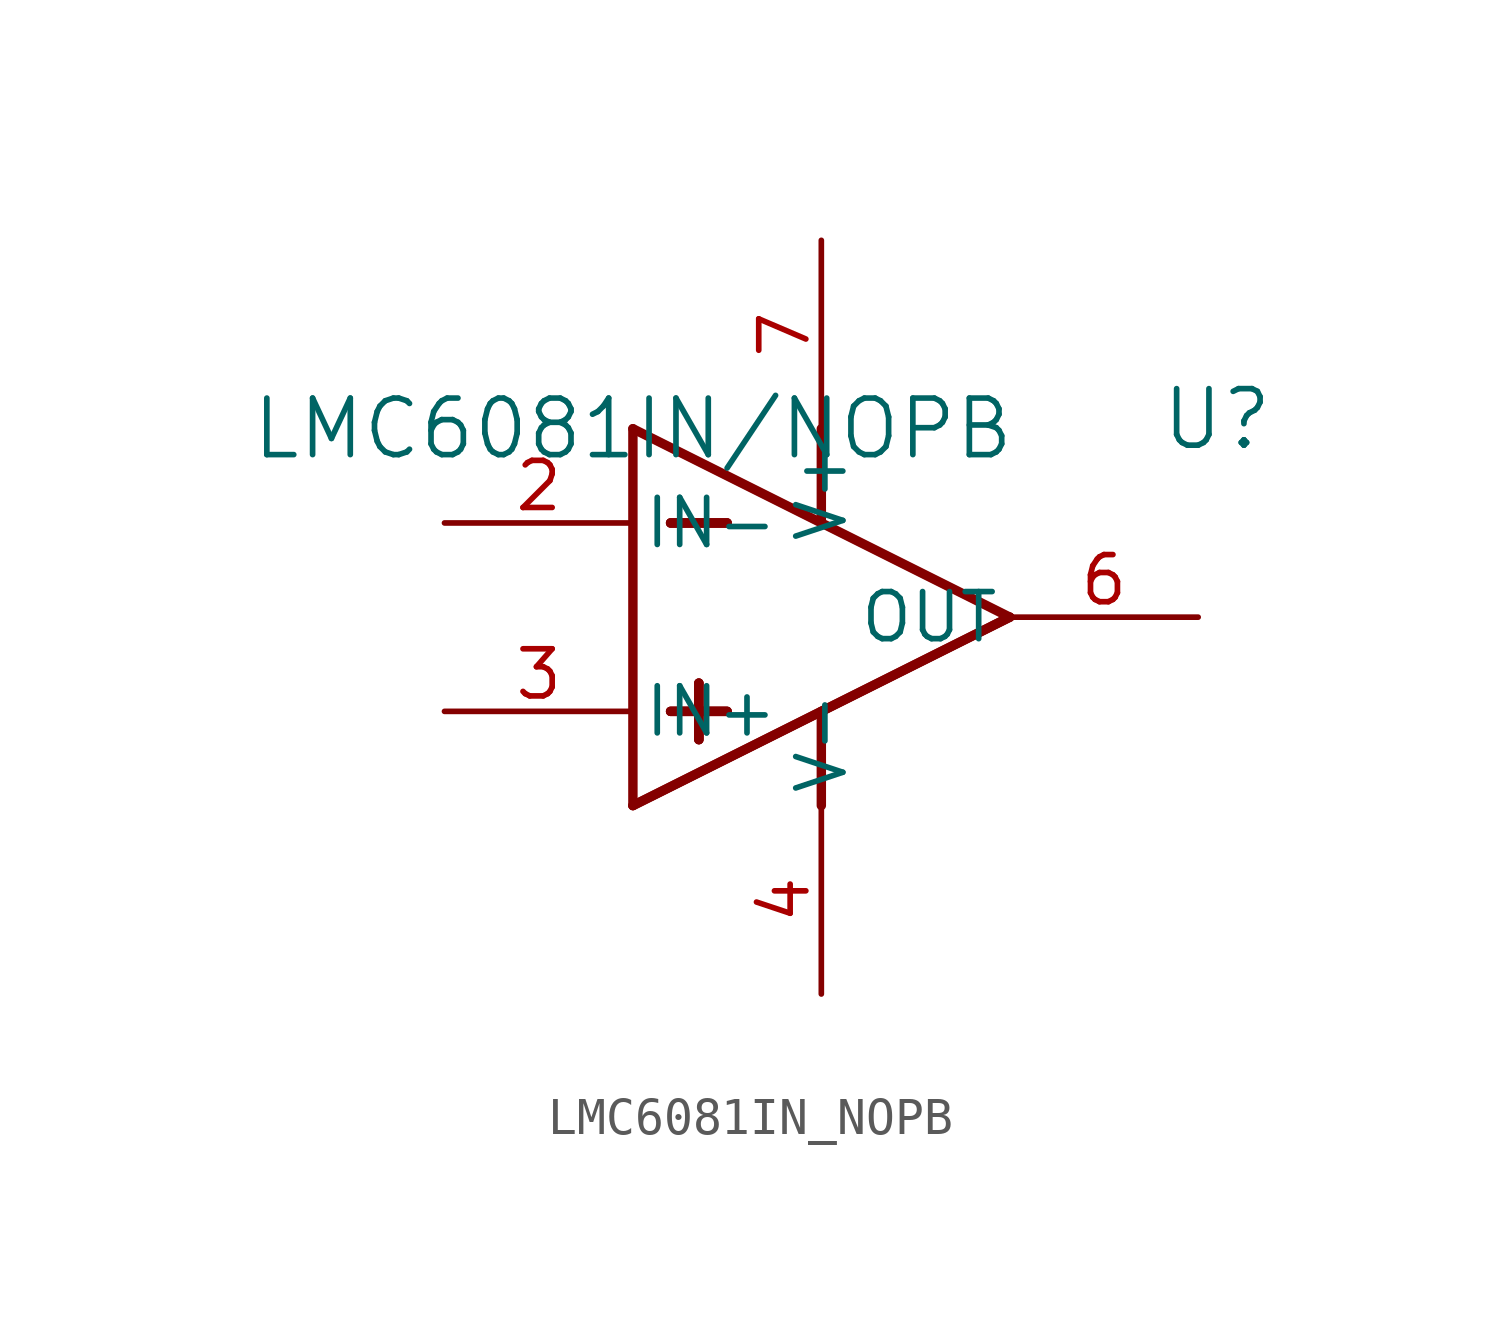
<source format=kicad_sym>
(kicad_symbol_lib
  (version 20211014)
  (generator kicad_symbol_editor)
  (symbol "LMC6081IN_NOPB"
    (pin_names
      (offset 0.254))
    (property "Reference" "U"
      (at 15.748 0.254 0)
      (effects (font (size 1.524 1.524))))
    (property "Value" "LMC6081IN/NOPB"
      (at 0 0 0)
      (effects (font (size 1.524 1.524))))
    (symbol "LMC6081IN_NOPB_0_1"
      (polyline (pts (xy 0 0) (xy 10.16 -5.08)) (stroke (width 0.254) (type default) (color 0 0 0 0)) (fill (type none)))
      (polyline (pts (xy 0 -10.16) (xy 10.16 -5.08)) (stroke (width 0.254) (type default) (color 0 0 0 0)) (fill (type none)))
      (polyline (pts (xy 0 0) (xy 0 -10.16)) (stroke (width 0.254) (type default) (color 0 0 0 0)) (fill (type none)))
      (polyline (pts (xy 1.016 -2.54) (xy 2.54 -2.54)) (stroke (width 0.254) (type default) (color 0 0 0 0)) (fill (type none)))
      (polyline (pts (xy 1.016 -7.62) (xy 2.54 -7.62)) (stroke (width 0.254) (type default) (color 0 0 0 0)) (fill (type none)))
      (polyline (pts (xy 1.778 -6.858) (xy 1.778 -8.382)) (stroke (width 0.254) (type default) (color 0 0 0 0)) (fill (type none)))
      (polyline (pts (xy 0 -10.16) (xy 10.16 -5.08)) (stroke (width 0.254) (type default) (color 0 0 0 0)) (fill (type none)))
      (polyline (pts (xy 1.016 -2.54) (xy 2.54 -2.54)) (stroke (width 0.254) (type default) (color 0 0 0 0)) (fill (type none)))
      (polyline (pts (xy 1.016 -7.62) (xy 2.54 -7.62)) (stroke (width 0.254) (type default) (color 0 0 0 0)) (fill (type none)))
      (polyline (pts (xy 1.778 -6.858) (xy 1.778 -8.382)) (stroke (width 0.254) (type default) (color 0 0 0 0)) (fill (type none)))
      (polyline (pts (xy 1.016 -2.54) (xy 2.54 -2.54)) (stroke (width 0.254) (type default) (color 0 0 0 0)) (fill (type none)))
      (polyline (pts (xy 1.016 -7.62) (xy 2.54 -7.62)) (stroke (width 0.254) (type default) (color 0 0 0 0)) (fill (type none)))
      (polyline (pts (xy 1.778 -6.858) (xy 1.778 -8.382)) (stroke (width 0.254) (type default) (color 0 0 0 0)) (fill (type none)))
      (polyline (pts (xy 5.08 -7.62) (xy 5.08 -10.16)) (stroke (width 0.254) (type default) (color 0 0 0 0)) (fill (type none)))
      (polyline (pts (xy 5.08 0) (xy 5.08 -2.54)) (stroke (width 0.254) (type default) (color 0 0 0 0)) (fill (type none)))
      (pin input line (at -5.08 -7.62 0) (length 5.08) (name "IN+" (effects (font (size 1.27 1.27)))) (number "3" (effects (font (size 1.27 1.27)))))
      (pin input line (at -5.08 -2.54 0) (length 5.08) (name "IN-" (effects (font (size 1.27 1.27)))) (number "2" (effects (font (size 1.27 1.27)))))
      (pin output line (at 15.24 -5.08 180) (length 5.08) (name "OUT" (effects (font (size 1.27 1.27)))) (number "6" (effects (font (size 1.27 1.27)))))
      (pin power_in line (at 5.08 5.08 270) (length 5.08) (name "V+" (effects (font (size 1.27 1.27)))) (number "7" (effects (font (size 1.27 1.27)))))
      (pin power_in line (at 5.08 -15.24 90) (length 5.08) (name "V-" (effects (font (size 1.27 1.27)))) (number "4" (effects (font (size 1.27 1.27))))))))
</source>
